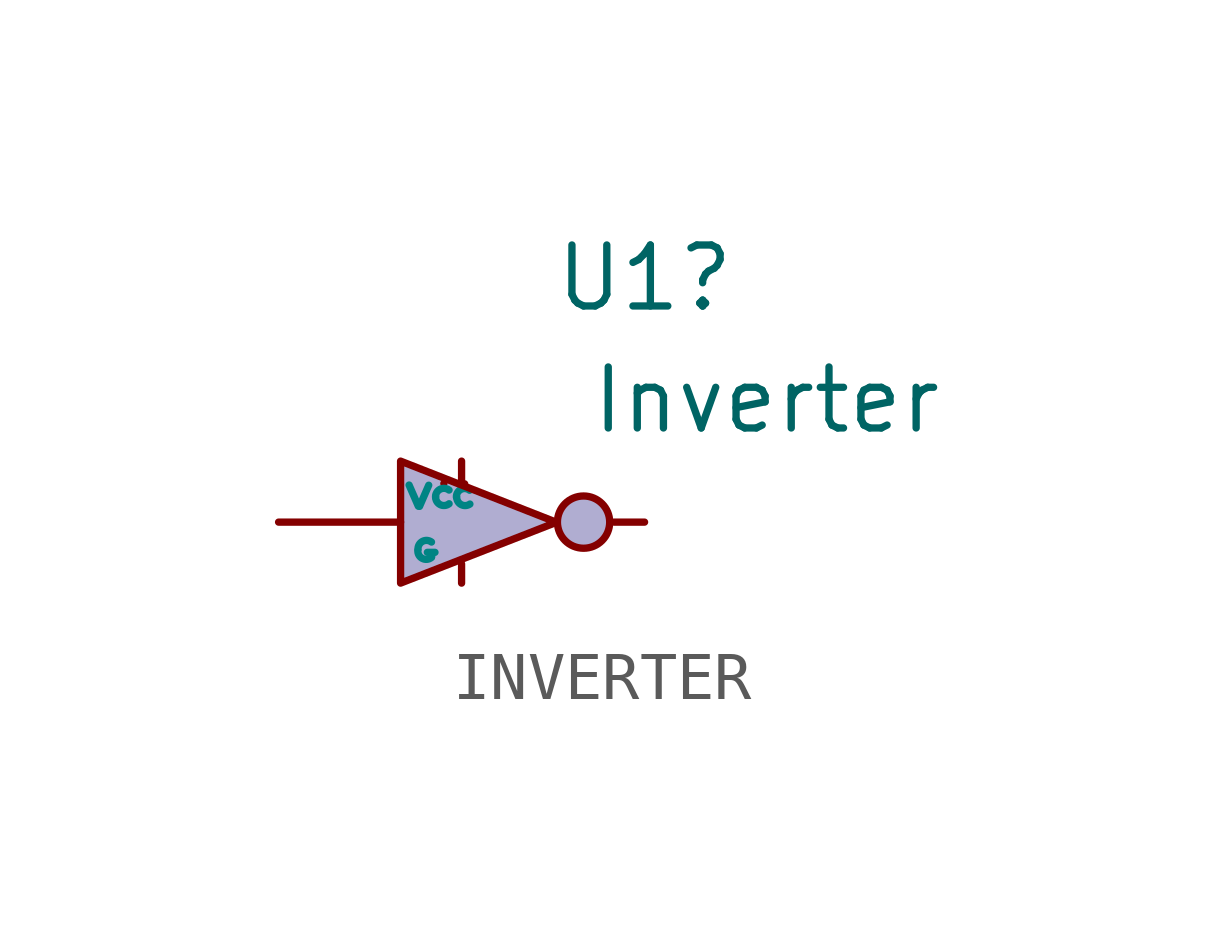
<source format=kicad_sym>
(kicad_symbol_lib
  (version 20220914)
  (generator kicad_symbol_editor)
  (symbol "INVERTER"
    (pin_numbers hide)
    (pin_names
      (offset 0.4) hide)
    (property "Reference" "U1"
      (at 3.81 5.08 0)
      (effects (font (size 1.27 1.27))))
    (property "Value" "Inverter"
      (at 6.35 2.54 0)
      (effects (font (size 1.27 1.27))))
    (symbol "INVERTER_1_0"
      (arc (start -0.9089 -0.5874) (mid -0.8166 -0.7519) (end -0.6285 -0.7376) (stroke (width 0) (type default) (color 0 132 132 1)) (fill (type none)))
      (arc (start -0.6269 -0.4157) (mid -0.8146 -0.4021) (end -0.9073 -0.5659) (stroke (width 0) (type default) (color 0 132 132 1)) (fill (type none)))
      (arc (start -0.5405 0.5326) (mid -0.4482 0.3681) (end -0.2601 0.3824) (stroke (width 0) (type default) (color 0 132 132 1)) (fill (type none)))
      (arc (start -0.369 0.8039) (mid -0.369 0.8039) (end -0.369 0.8039) (stroke (width 0) (type default)) (fill (type none)))
      (arc (start -0.2616 0.6668) (mid -0.4495 0.6807) (end -0.542 0.5166) (stroke (width 0) (type default) (color 0 132 132 1)) (fill (type none)))
      (arc (start -0.1072 0.5263) (mid -0.0148 0.3617) (end 0.1732 0.3761) (stroke (width 0) (type default) (color 0 132 132 1)) (fill (type none)))
      (polyline (pts (xy -0.713 -0.629) (xy -0.554 -0.629)) (stroke (width 0) (type default) (color 0 132 132 1)) (fill (type none)))
      (polyline (pts (xy -1.093 0.772) (xy -0.901 0.332) (xy -1.093 0.772)) (stroke (width 0) (type default) (color 0 132 132 1)) (fill (type none)))
      (polyline (pts (xy -0.684 0.768) (xy -0.875 0.328) (xy -0.684 0.768)) (stroke (width 0) (type default) (color 0 132 132 1)) (fill (type none)))
      (polyline (pts (xy -0.622 -0.72) (xy -0.621 -0.652) (xy -0.621 -0.656)) (stroke (width 0) (type default) (color 0 132 132 1)) (fill (type none)))
      (arc (start 0.0643 0.7976) (mid 0.0643 0.7976) (end 0.0643 0.7976) (stroke (width 0) (type default)) (fill (type none)))
      (arc (start 0.1726 0.6709) (mid -0.0153 0.6848) (end -0.1078 0.5207) (stroke (width 0) (type default) (color 0 132 132 1)) (fill (type none)))
      (pin input line (at 0 1.27 270) (length 0.4) (name "VCC" (effects (font (size 1.27 1.27)))) (number "1" (effects (font (size 1.27 1.27)))))
      (pin input line (at 0 -1.27 90) (length 0.4) (name "G" (effects (font (size 1.27 1.27)))) (number "2" (effects (font (size 1.27 1.27)))))
      (pin input line (at -3.81 0 0) (length 2.54) (name "A" (effects (font (size 1.27 1.27)))) (number "3" (effects (font (size 1.27 1.27))))))
    (symbol "INVERTER_1_1"
      (polyline (pts (xy 1.966 0) (xy -1.27 1.27) (xy -1.27 -1.27) (xy 1.966 -0.007)) (stroke (width 0) (type default)) (fill (type color) (color 149 146 194 0.749)))
      (circle (center 2.54 0) (radius 0.544) (stroke (width 0) (type default)) (fill (type color) (color 149 146 194 0.749)))
      (pin output line (at 3.81 0 180) (length 0.635) (name "S" (effects (font (size 1.27 1.27)))) (number "4" (effects (font (size 1.27 1.27))))))))
</source>
